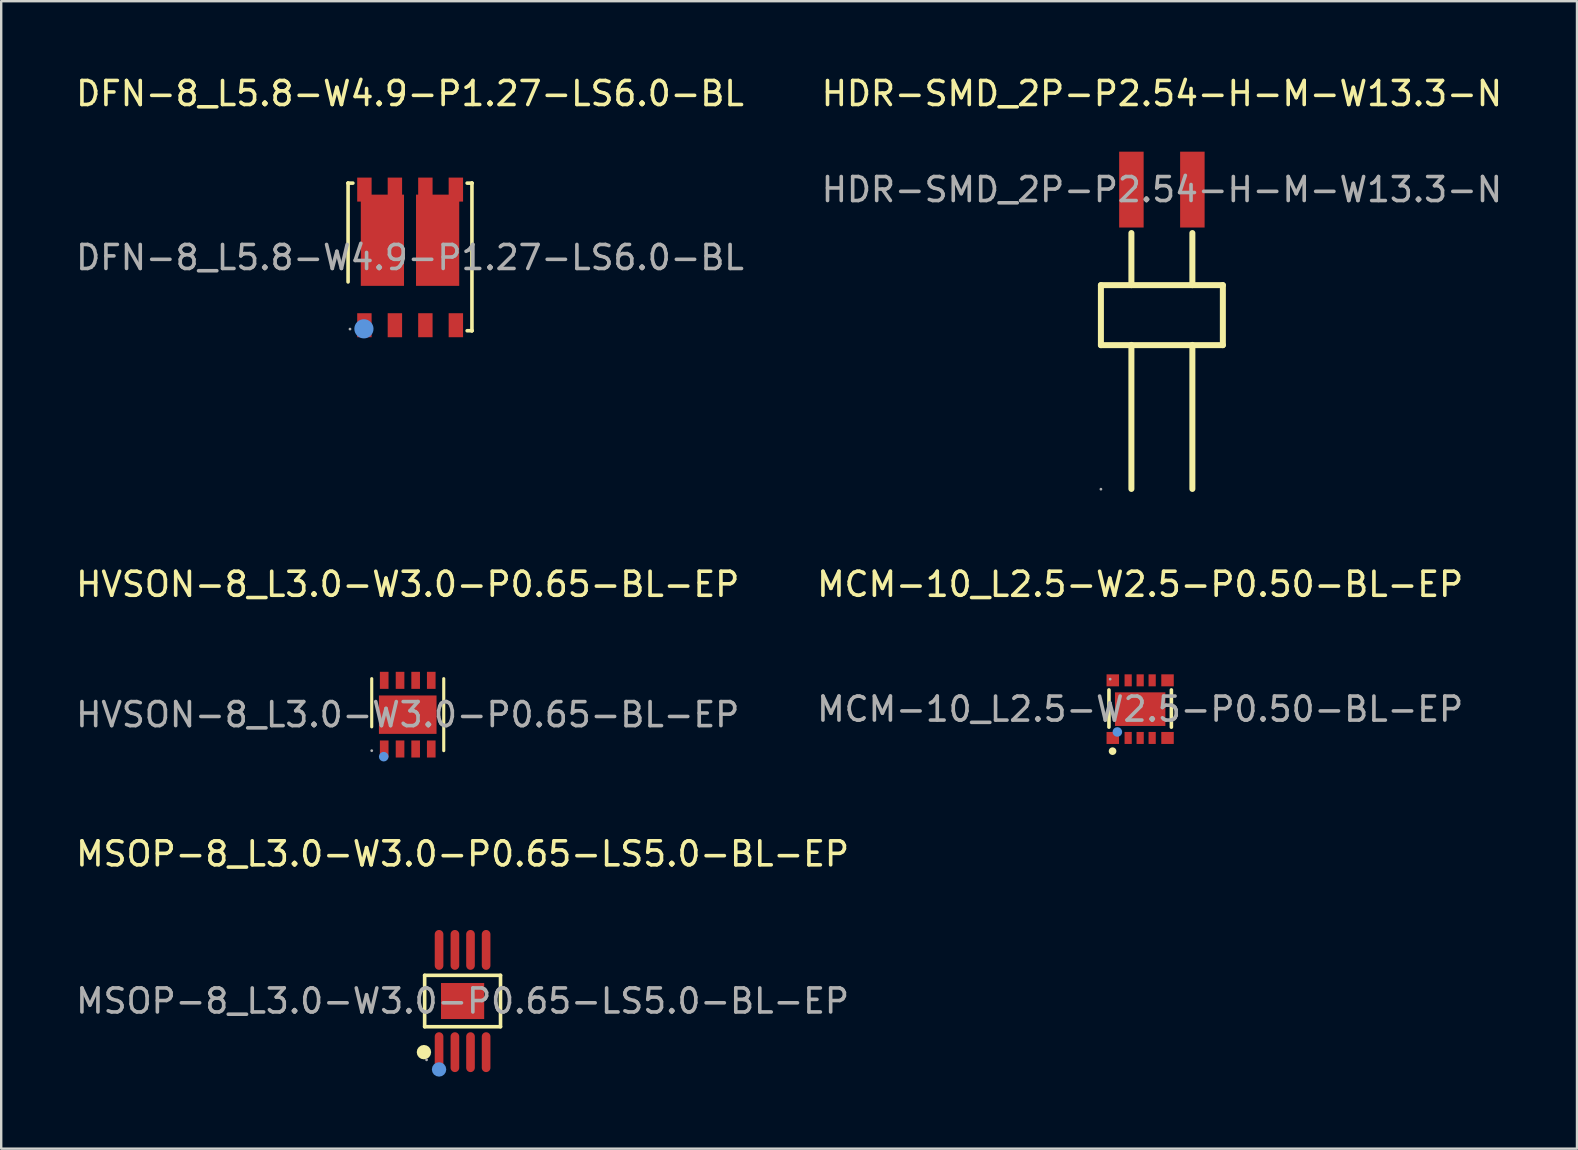
<source format=kicad_pcb>
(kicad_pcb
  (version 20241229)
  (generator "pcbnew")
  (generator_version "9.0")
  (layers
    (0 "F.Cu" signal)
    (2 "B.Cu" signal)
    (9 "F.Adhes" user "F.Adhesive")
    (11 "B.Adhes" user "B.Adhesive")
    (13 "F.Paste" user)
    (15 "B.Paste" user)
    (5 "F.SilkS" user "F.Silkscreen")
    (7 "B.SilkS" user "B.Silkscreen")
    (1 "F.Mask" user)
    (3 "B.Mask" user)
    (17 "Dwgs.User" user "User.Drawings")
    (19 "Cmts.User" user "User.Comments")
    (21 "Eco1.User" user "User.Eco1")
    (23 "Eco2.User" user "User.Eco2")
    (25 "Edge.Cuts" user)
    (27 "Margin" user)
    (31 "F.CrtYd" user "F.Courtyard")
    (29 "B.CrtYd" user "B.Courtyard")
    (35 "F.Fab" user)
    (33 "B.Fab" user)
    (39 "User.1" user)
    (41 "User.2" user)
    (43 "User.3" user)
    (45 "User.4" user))
  (footprint "DFN-8_L5.8-W4.9-P1.27-LS6.0-BL"
    (layer "F.Cu")
    (at 14.03 7.678)
    (property "Reference" "DFN-8_L5.8-W4.9-P1.27-LS6.0-BL" (at 0 -6.83 0) (layer "F.SilkS") (effects (font (size 1 1) (thickness 0.15))))
    (attr smd)
    (fp_line (start -2.58 -3.1) (end -2.58 -3.1) (stroke (width 0.15) (type solid)) (layer "F.SilkS"))
    (fp_line (start -2.58 -3.1) (end -2.38 -3.1) (stroke (width 0.15) (type solid)) (layer "F.SilkS"))
    (fp_line (start -2.58 1.016) (end -2.58 -3.1) (stroke (width 0.15) (type solid)) (layer "F.SilkS"))
    (fp_line (start 2.38 3.05) (end 2.58 3.05) (stroke (width 0.15) (type solid)) (layer "F.SilkS"))
    (fp_line (start 2.58 -3.1) (end 2.38 -3.1) (stroke (width 0.15) (type solid)) (layer "F.SilkS"))
    (fp_line (start 2.58 -3.1) (end 2.58 -3.1) (stroke (width 0.15) (type solid)) (layer "F.SilkS"))
    (fp_line (start 2.58 3.05) (end 2.58 -3.1) (stroke (width 0.15) (type solid)) (layer "F.SilkS"))
    (fp_line (start 2.58 3.05) (end 2.58 3.05) (stroke (width 0.15) (type solid)) (layer "F.SilkS"))
    (fp_circle (center -1.92 2.97) (end -1.72 2.97) (stroke (width 0.4) (type solid)) (fill no) (layer "Cmts.User"))
    (fp_circle (center -2.5 2.98) (end -2.47 2.98) (stroke (width 0.06) (type solid)) (fill no) (layer "F.Fab"))
    (fp_text user "${REFERENCE}" (at 0 0 0) (layer "F.Fab") (effects (font (size 1 1) (thickness 0.15))))
    (pad "1" smd rect (at -1.9 2.82) (size 0.6 1) (layers "F.Cu" "F.Mask" "F.Paste"))
    (pad "2" smd rect (at -0.63 2.82) (size 0.6 1) (layers "F.Cu" "F.Mask" "F.Paste"))
    (pad "3" smd rect (at 0.64 2.82) (size 0.6 1) (layers "F.Cu" "F.Mask" "F.Paste"))
    (pad "4" smd rect (at 1.91 2.82) (size 0.6 1) (layers "F.Cu" "F.Mask" "F.Paste"))
    (pad "5" smd rect (at 1.91 -2.83) (size 0.6 1) (layers "F.Cu" "F.Mask" "F.Paste"))
    (pad "6" smd rect (at 0.64 -2.83) (size 0.6 1) (layers "F.Cu" "F.Mask" "F.Paste"))
    (pad "6" smd rect (at 1.15 -0.72) (size 1.8 3.8) (layers "F.Cu" "F.Mask" "F.Paste"))
    (pad "7" smd rect (at -0.63 -2.83) (size 0.6 1) (layers "F.Cu" "F.Mask" "F.Paste"))
    (pad "8" smd rect (at -1.9 -2.83) (size 0.6 1) (layers "F.Cu" "F.Mask" "F.Paste"))
    (pad "8" smd rect (at -1.15 -0.72) (size 1.8 3.8) (layers "F.Cu" "F.Mask" "F.Paste")))
  (footprint "MCM-10_L2.5-W2.5-P0.50-BL-EP"
    (layer "F.Cu")
    (at 44.446 26.491)
    (property "Reference" "MCM-10_L2.5-W2.5-P0.50-BL-EP" (at 0 -5.2 0) (layer "F.SilkS") (effects (font (size 1 1) (thickness 0.15))))
    (attr smd)
    (fp_line (start -1.3 -0.8) (end -1.3 0.75) (stroke (width 0.15) (type solid)) (layer "F.SilkS"))
    (fp_line (start 1.3 0.75) (end 1.3 -0.8) (stroke (width 0.15) (type solid)) (layer "F.SilkS"))
    (fp_circle (center -1.15 1.75) (end -1.07 1.75) (stroke (width 0.16) (type solid)) (fill no) (layer "F.SilkS"))
    (fp_circle (center -0.95 0.95) (end -0.85 0.95) (stroke (width 0.2) (type solid)) (fill no) (layer "Cmts.User"))
    (fp_circle (center -1.25 -1.25) (end -1.22 -1.25) (stroke (width 0.06) (type solid)) (fill no) (layer "F.Fab"))
    (fp_text user "${REFERENCE}" (at 0 0 0) (layer "F.Fab") (effects (font (size 1 1) (thickness 0.15))))
    (pad "1" smd rect (at -1.14 1.2) (size 0.52 0.5) (layers "F.Cu" "F.Mask" "F.Paste"))
    (pad "2" smd rect (at -0.5 1.2) (size 0.3 0.5) (layers "F.Cu" "F.Mask" "F.Paste"))
    (pad "3" smd rect (at 0 1.2) (size 0.3 0.5) (layers "F.Cu" "F.Mask" "F.Paste"))
    (pad "4" smd rect (at 0.5 1.2) (size 0.3 0.5) (layers "F.Cu" "F.Mask" "F.Paste"))
    (pad "5" smd rect (at 1.14 1.2) (size 0.52 0.5) (layers "F.Cu" "F.Mask" "F.Paste"))
    (pad "6" smd rect (at 1.14 -1.2) (size 0.52 0.5) (layers "F.Cu" "F.Mask" "F.Paste"))
    (pad "7" smd rect (at 0.5 -1.2) (size 0.3 0.5) (layers "F.Cu" "F.Mask" "F.Paste"))
    (pad "8" smd rect (at 0 -1.2) (size 0.3 0.5) (layers "F.Cu" "F.Mask" "F.Paste"))
    (pad "9" smd rect (at -0.5 -1.2) (size 0.3 0.5) (layers "F.Cu" "F.Mask" "F.Paste"))
    (pad "10" smd rect (at -1.14 -1.2) (size 0.52 0.5) (layers "F.Cu" "F.Mask" "F.Paste"))
    (pad "11" smd rect (at 0 0) (size 2.1 1.4) (layers "F.Cu" "F.Mask" "F.Paste")))
  (footprint "HDR-SMD_2P-P2.54-H-M-W13.3-N"
    (layer "F.Cu")
    (at 45.351 4.848)
    (property "Reference" "HDR-SMD_2P-P2.54-H-M-W13.3-N" (at 0 -4 0) (layer "F.SilkS") (effects (font (size 1 1) (thickness 0.15))))
    (attr smd)
    (fp_line (start -2.54 3.98) (end -2.54 6.48) (stroke (width 0.25) (type solid)) (layer "F.SilkS"))
    (fp_line (start -2.54 3.98) (end 2.54 3.98) (stroke (width 0.25) (type solid)) (layer "F.SilkS"))
    (fp_line (start -2.54 6.48) (end 2.54 6.48) (stroke (width 0.25) (type solid)) (layer "F.SilkS"))
    (fp_line (start -1.27 1.81) (end -1.27 3.98) (stroke (width 0.25) (type solid)) (layer "F.SilkS"))
    (fp_line (start -1.27 6.47) (end -1.27 12.47) (stroke (width 0.25) (type solid)) (layer "F.SilkS"))
    (fp_line (start 1.27 1.81) (end 1.27 3.98) (stroke (width 0.25) (type solid)) (layer "F.SilkS"))
    (fp_line (start 1.27 6.47) (end 1.27 12.47) (stroke (width 0.25) (type solid)) (layer "F.SilkS"))
    (fp_line (start 2.54 3.98) (end 2.54 6.48) (stroke (width 0.25) (type solid)) (layer "F.SilkS"))
    (fp_circle (center -2.54 12.48) (end -2.51 12.48) (stroke (width 0.06) (type solid)) (fill no) (layer "F.Fab"))
    (fp_text user "${REFERENCE}" (at 0 0 0) (layer "F.Fab") (effects (font (size 1 1) (thickness 0.15))))
    (pad "1" smd rect (at -1.27 0) (size 1.02 3.16) (layers "F.Cu" "F.Mask" "F.Paste"))
    (pad "2" smd rect (at 1.27 0) (size 1.02 3.16) (layers "F.Cu" "F.Mask" "F.Paste")))
  (footprint "HVSON-8_L3.0-W3.0-P0.65-BL-EP"
    (layer "F.Cu")
    (at 13.935 26.721)
    (property "Reference" "HVSON-8_L3.0-W3.0-P0.65-BL-EP" (at 0 -5.43 0) (layer "F.SilkS") (effects (font (size 1 1) (thickness 0.15))))
    (attr smd)
    (fp_line (start -1.5 0.508) (end -1.5 -1.5) (stroke (width 0.13) (type solid)) (layer "F.SilkS"))
    (fp_line (start 1.5 -1.5) (end 1.5 1.5) (stroke (width 0.13) (type solid)) (layer "F.SilkS"))
    (fp_circle (center -1 1.75) (end -0.9 1.75) (stroke (width 0.2) (type solid)) (fill no) (layer "Cmts.User"))
    (fp_circle (center -1.5 1.5) (end -1.47 1.5) (stroke (width 0.06) (type solid)) (fill no) (layer "F.Fab"))
    (fp_text user "${REFERENCE}" (at 0 0 0) (layer "F.Fab") (effects (font (size 1 1) (thickness 0.15))))
    (pad "1" smd rect (at -0.98 1.43) (size 0.36 0.71) (layers "F.Cu" "F.Mask" "F.Paste"))
    (pad "2" smd rect (at -0.32 1.43) (size 0.36 0.71) (layers "F.Cu" "F.Mask" "F.Paste"))
    (pad "3" smd rect (at 0.33 1.43) (size 0.36 0.71) (layers "F.Cu" "F.Mask" "F.Paste"))
    (pad "4" smd rect (at 0.98 1.43) (size 0.36 0.71) (layers "F.Cu" "F.Mask" "F.Paste"))
    (pad "5" smd rect (at 0.98 -1.43) (size 0.36 0.71) (layers "F.Cu" "F.Mask" "F.Paste"))
    (pad "6" smd rect (at 0.33 -1.43) (size 0.36 0.71) (layers "F.Cu" "F.Mask" "F.Paste"))
    (pad "7" smd rect (at -0.32 -1.43) (size 0.36 0.71) (layers "F.Cu" "F.Mask" "F.Paste"))
    (pad "8" smd rect (at -0.98 -1.43) (size 0.36 0.71) (layers "F.Cu" "F.Mask" "F.Paste"))
    (pad "9" smd rect (at 0 0) (size 2.4 1.6) (layers "F.Cu" "F.Mask" "F.Paste")))
  (footprint "MSOP-8_L3.0-W3.0-P0.65-LS5.0-BL-EP"
    (layer "F.Cu")
    (at 16.22 38.65)
    (property "Reference" "MSOP-8_L3.0-W3.0-P0.65-LS5.0-BL-EP" (at 0 -6.13 0) (layer "F.SilkS") (effects (font (size 1 1) (thickness 0.15))))
    (attr smd)
    (fp_line (start -1.58 -1.07) (end 1.58 -1.07) (stroke (width 0.15) (type solid)) (layer "F.SilkS"))
    (fp_line (start -1.58 1.07) (end -1.58 -1.07) (stroke (width 0.15) (type solid)) (layer "F.SilkS"))
    (fp_line (start 1.58 -1.07) (end 1.58 1.07) (stroke (width 0.15) (type solid)) (layer "F.SilkS"))
    (fp_line (start 1.58 1.07) (end -1.58 1.07) (stroke (width 0.15) (type solid)) (layer "F.SilkS"))
    (fp_circle (center -1.61 2.13) (end -1.46 2.13) (stroke (width 0.3) (type solid)) (fill no) (layer "F.SilkS"))
    (fp_circle (center -0.98 2.85) (end -0.83 2.85) (stroke (width 0.3) (type solid)) (fill no) (layer "Cmts.User"))
    (fp_circle (center -1.5 2.45) (end -1.47 2.45) (stroke (width 0.06) (type solid)) (fill no) (layer "F.Fab"))
    (fp_text user "${REFERENCE}" (at 0 0 0) (layer "F.Fab") (effects (font (size 1 1) (thickness 0.15))))
    (pad "1" smd oval (at -0.98 2.13) (size 0.36 1.66) (layers "F.Cu" "F.Mask" "F.Paste"))
    (pad "2" smd oval (at -0.32 2.13) (size 0.36 1.66) (layers "F.Cu" "F.Mask" "F.Paste"))
    (pad "3" smd oval (at 0.33 2.13) (size 0.36 1.66) (layers "F.Cu" "F.Mask" "F.Paste"))
    (pad "4" smd oval (at 0.98 2.13) (size 0.36 1.66) (layers "F.Cu" "F.Mask" "F.Paste"))
    (pad "5" smd oval (at 0.98 -2.13) (size 0.36 1.66) (layers "F.Cu" "F.Mask" "F.Paste"))
    (pad "6" smd oval (at 0.33 -2.13) (size 0.36 1.66) (layers "F.Cu" "F.Mask" "F.Paste"))
    (pad "7" smd oval (at -0.32 -2.13) (size 0.36 1.66) (layers "F.Cu" "F.Mask" "F.Paste"))
    (pad "8" smd oval (at -0.98 -2.13) (size 0.36 1.66) (layers "F.Cu" "F.Mask" "F.Paste"))
    (pad "9" smd rect (at 0 0) (size 1.8 1.5) (layers "F.Cu" "F.Mask" "F.Paste")))
  (gr_rect
    (start -3 -3)
    (end 62.643 44.8)
    (stroke (width 0.1) (type default))
    (fill no)
    (layer "Edge.Cuts")))
</source>
